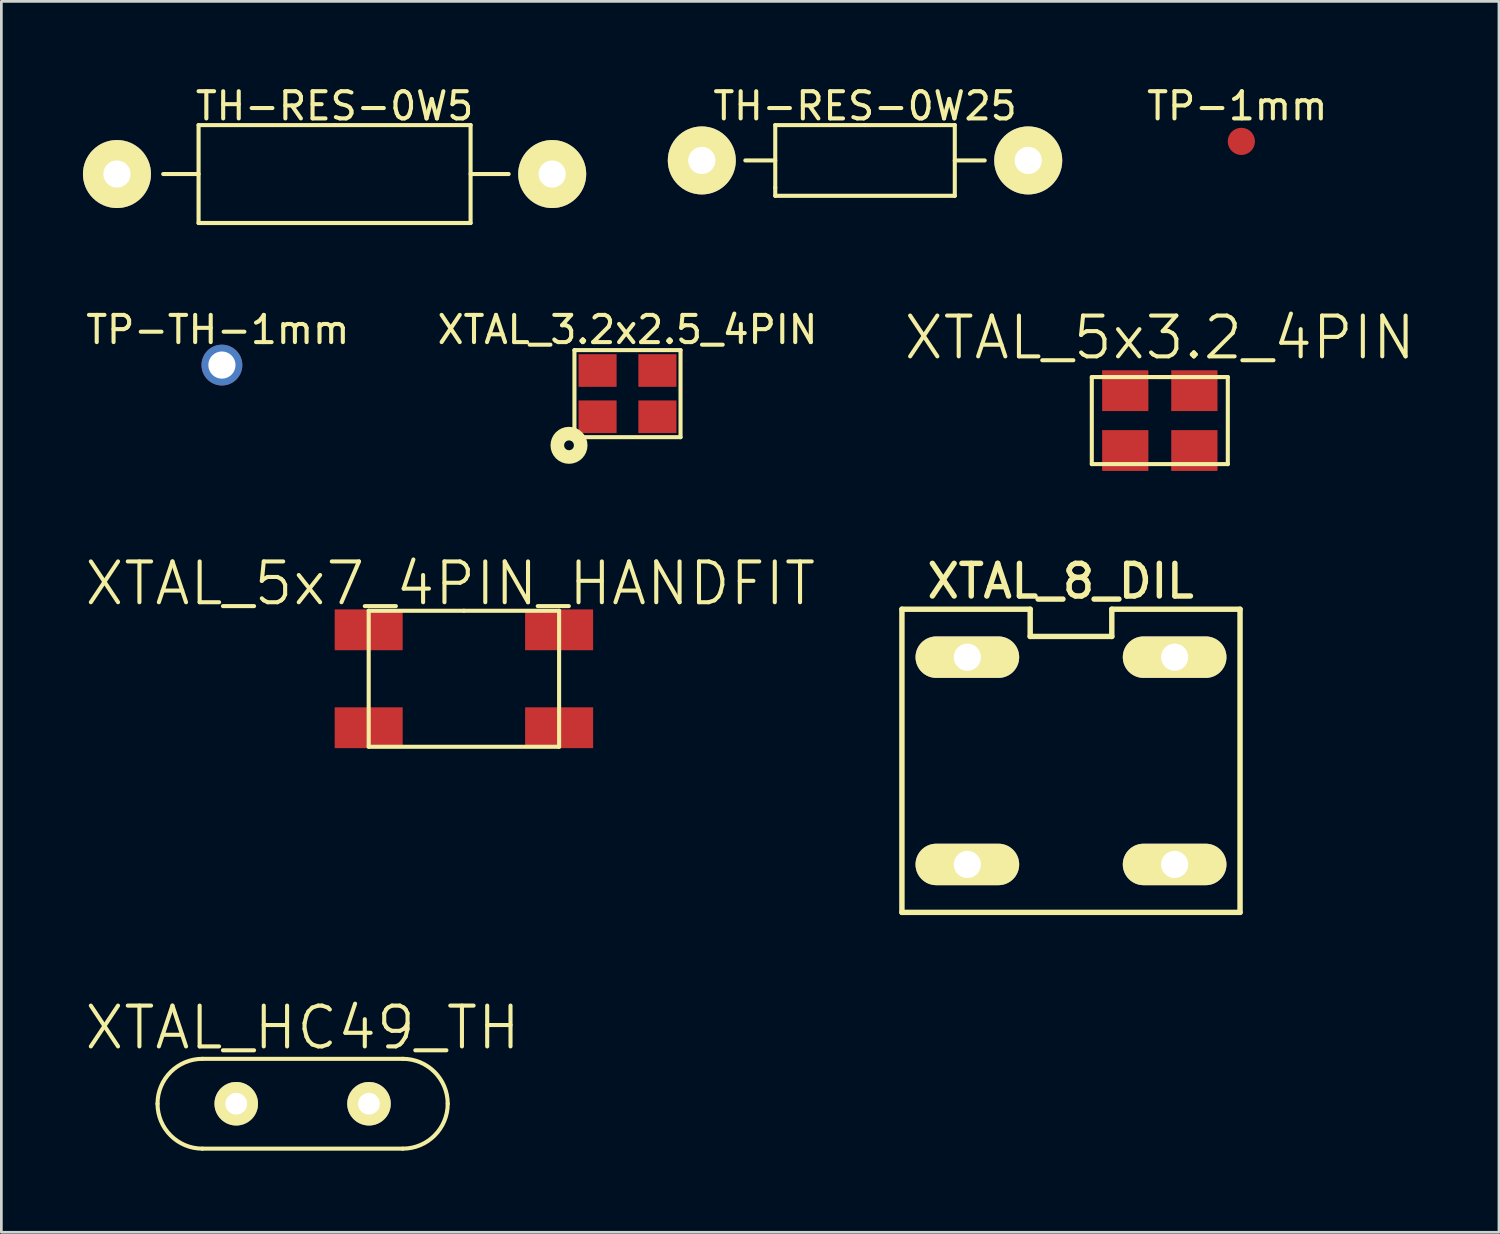
<source format=kicad_pcb>
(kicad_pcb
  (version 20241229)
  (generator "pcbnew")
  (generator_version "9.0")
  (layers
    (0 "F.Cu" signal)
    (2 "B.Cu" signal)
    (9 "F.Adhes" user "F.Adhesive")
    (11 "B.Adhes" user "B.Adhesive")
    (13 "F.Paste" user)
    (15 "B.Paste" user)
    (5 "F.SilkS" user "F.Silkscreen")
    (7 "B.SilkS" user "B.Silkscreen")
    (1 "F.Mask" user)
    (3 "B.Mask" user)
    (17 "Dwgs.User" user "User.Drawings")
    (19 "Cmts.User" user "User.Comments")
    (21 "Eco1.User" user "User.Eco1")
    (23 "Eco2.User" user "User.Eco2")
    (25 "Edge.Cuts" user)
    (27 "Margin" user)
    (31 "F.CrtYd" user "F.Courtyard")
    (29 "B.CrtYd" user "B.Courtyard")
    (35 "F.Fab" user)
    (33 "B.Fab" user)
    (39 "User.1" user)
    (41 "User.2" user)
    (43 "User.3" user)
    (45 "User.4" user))
  (footprint "XTAL_5x3.2_4PIN"
    (layer "F.Cu")
    (at 39.587 12.412)
    (property "Reference" "XTAL_5x3.2_4PIN" (at 0 -3.048 0) (layer "F.SilkS") (effects (font (size 1.5 1.5) (thickness 0.15))))
    (attr smd)
    (fp_line (start -2.5 -1.6) (end -2.5 1.6) (stroke (width 0.15) (type solid)) (layer "F.SilkS"))
    (fp_line (start -2.5 1.6) (end 2.5 1.6) (stroke (width 0.15) (type solid)) (layer "F.SilkS"))
    (fp_line (start 0 -1.6) (end -2.5 -1.6) (stroke (width 0.15) (type solid)) (layer "F.SilkS"))
    (fp_line (start 2.5 -1.6) (end 0 -1.6) (stroke (width 0.15) (type solid)) (layer "F.SilkS"))
    (fp_line (start 2.5 1.6) (end 2.5 -1.6) (stroke (width 0.15) (type solid)) (layer "F.SilkS"))
    (pad "1" smd rect (at -1.27 1.1) (size 1.7 1.5) (layers "F.Cu" "F.Mask" "F.Paste"))
    (pad "2" smd rect (at 1.27 1.1) (size 1.7 1.5) (layers "F.Cu" "F.Mask" "F.Paste"))
    (pad "3" smd rect (at 1.27 -1.1) (size 1.7 1.5) (layers "F.Cu" "F.Mask" "F.Paste"))
    (pad "4" smd rect (at -1.27 -1.1) (size 1.7 1.5) (layers "F.Cu" "F.Mask" "F.Paste")))
  (footprint "XTAL_5x7_4PIN_HANDFIT"
    (layer "F.Cu")
    (at 14.004 21.903)
    (property "Reference" "XTAL_5x7_4PIN_HANDFIT" (at -0.5 -3.5 0) (layer "F.SilkS") (effects (font (size 1.5 1.5) (thickness 0.15))))
    (attr smd)
    (fp_line (start -3.5 -2.5) (end 0 -2.5) (stroke (width 0.15) (type solid)) (layer "F.SilkS"))
    (fp_line (start -3.5 2.5) (end -3.5 -2.5) (stroke (width 0.15) (type solid)) (layer "F.SilkS"))
    (fp_line (start 0 -2.5) (end 3.5 -2.5) (stroke (width 0.15) (type solid)) (layer "F.SilkS"))
    (fp_line (start 3.5 -2.5) (end 3.5 2.5) (stroke (width 0.15) (type solid)) (layer "F.SilkS"))
    (fp_line (start 3.5 2.5) (end -3.5 2.5) (stroke (width 0.15) (type solid)) (layer "F.SilkS"))
    (pad "1" smd rect (at -3.5 1.8) (size 2.5 1.5) (layers "F.Cu" "F.Mask" "F.Paste"))
    (pad "2" smd rect (at 3.5 1.8) (size 2.5 1.5) (layers "F.Cu" "F.Mask" "F.Paste"))
    (pad "3" smd rect (at 3.5 -1.8) (size 2.5 1.5) (layers "F.Cu" "F.Mask" "F.Paste"))
    (pad "4" smd rect (at -3.5 -1.8) (size 2.5 1.5) (layers "F.Cu" "F.Mask" "F.Paste")))
  (footprint "XTAL_8_DIL"
    (layer "F.Cu")
    (at 36.322 24.919)
    (property "Reference" "XTAL_8_DIL" (at -0.381 -6.604 0) (layer "F.SilkS") (effects (font (size 1.2 1.2) (thickness 0.2))))
    (attr through_hole)
    (fp_line (start -6.215 -5.572) (end -6.215 5.572) (stroke (width 0.2) (type solid)) (layer "F.SilkS"))
    (fp_line (start -6.215 5.572) (end 6.215 5.572) (stroke (width 0.2) (type solid)) (layer "F.SilkS"))
    (fp_line (start -1.5 -5.572) (end -6.215 -5.572) (stroke (width 0.2) (type solid)) (layer "F.SilkS"))
    (fp_line (start -1.5 -4.572) (end -1.5 -5.572) (stroke (width 0.2) (type solid)) (layer "F.SilkS"))
    (fp_line (start 1.5 -5.572) (end 1.5 -4.572) (stroke (width 0.2) (type solid)) (layer "F.SilkS"))
    (fp_line (start 1.5 -4.572) (end -1.5 -4.572) (stroke (width 0.2) (type solid)) (layer "F.SilkS"))
    (fp_line (start 6.215 -5.572) (end 1.5 -5.572) (stroke (width 0.2) (type solid)) (layer "F.SilkS"))
    (fp_line (start 6.215 5.572) (end 6.215 -5.572) (stroke (width 0.2) (type solid)) (layer "F.SilkS"))
    (pad "1" thru_hole oval (at -3.81 -3.81) (size 3.81 1.524) (drill 1) (layers "*.Cu" "*.Mask" "F.SilkS"))
    (pad "2" thru_hole oval (at -3.81 3.81) (size 3.81 1.524) (drill 1) (layers "*.Cu" "*.Mask" "F.SilkS"))
    (pad "3" thru_hole oval (at 3.81 3.81) (size 3.81 1.524) (drill 1) (layers "*.Cu" "*.Mask" "F.SilkS"))
    (pad "4" thru_hole oval (at 3.81 -3.81) (size 3.81 1.524) (drill 1) (layers "*.Cu" "*.Mask" "F.SilkS")))
  (footprint "XTAL_3.2x2.5_4PIN"
    (layer "F.Cu")
    (at 20.018 11.421)
    (property "Reference" "XTAL_3.2x2.5_4PIN" (at 0 -2.35 0) (layer "F.SilkS") (effects (font (size 1 1) (thickness 0.15))))
    (attr smd)
    (fp_line (start -1.95 -1.6) (end -1.95 1.6) (stroke (width 0.15) (type solid)) (layer "F.SilkS"))
    (fp_line (start -1.95 1.6) (end 1.95 1.6) (stroke (width 0.15) (type solid)) (layer "F.SilkS"))
    (fp_line (start 1.95 -1.6) (end -1.95 -1.6) (stroke (width 0.15) (type solid)) (layer "F.SilkS"))
    (fp_line (start 1.95 1.6) (end 1.95 -1.6) (stroke (width 0.15) (type solid)) (layer "F.SilkS"))
    (fp_circle (center -2.15 1.9) (end -1.97 1.9) (stroke (width 0.5) (type solid)) (fill no) (layer "F.SilkS"))
    (pad "1" smd rect (at -1.1 0.85) (size 1.4 1.2) (layers "F.Cu" "F.Mask" "F.Paste"))
    (pad "2" smd rect (at 1.1 0.85) (size 1.4 1.2) (layers "F.Cu" "F.Mask" "F.Paste"))
    (pad "3" smd rect (at 1.1 -0.85) (size 1.4 1.2) (layers "F.Cu" "F.Mask" "F.Paste"))
    (pad "4" smd rect (at -1.1 -0.85) (size 1.4 1.2) (layers "F.Cu" "F.Mask" "F.Paste")))
  (footprint "TH-RES-0W25"
    (layer "F.Cu")
    (at 28.75 2.848)
    (property "Reference" "TH-RES-0W25" (at 0 -2 0) (layer "F.SilkS") (effects (font (size 1 1) (thickness 0.15))))
    (attr through_hole)
    (fp_line (start -3.3 -1.3) (end -3.3 1) (stroke (width 0.15) (type solid)) (layer "F.SilkS"))
    (fp_line (start -3.3 0) (end -4.4 0) (stroke (width 0.15) (type solid)) (layer "F.SilkS"))
    (fp_line (start -3.3 1) (end -3.3 1.3) (stroke (width 0.15) (type solid)) (layer "F.SilkS"))
    (fp_line (start -3.3 1.3) (end 3.3 1.3) (stroke (width 0.15) (type solid)) (layer "F.SilkS"))
    (fp_line (start 0 -1.3) (end -3.3 -1.3) (stroke (width 0.15) (type solid)) (layer "F.SilkS"))
    (fp_line (start 3.3 -1.3) (end 0 -1.3) (stroke (width 0.15) (type solid)) (layer "F.SilkS"))
    (fp_line (start 3.3 0) (end 4.4 0) (stroke (width 0.15) (type solid)) (layer "F.SilkS"))
    (fp_line (start 3.3 1.3) (end 3.3 -1.3) (stroke (width 0.15) (type solid)) (layer "F.SilkS"))
    (pad "1" thru_hole circle (at -6 0) (size 2.5 2.5) (drill 1) (layers "*.Cu" "*.Mask" "F.SilkS"))
    (pad "2" thru_hole circle (at 6 0) (size 2.5 2.5) (drill 1) (layers "*.Cu" "*.Mask" "F.SilkS")))
  (footprint "TP-1mm"
    (layer "F.Cu")
    (at 42.585 2.148)
    (property "Reference" "TP-1mm" (at -0.15 -1.3 0) (layer "F.SilkS") (effects (font (size 1 1) (thickness 0.15))))
    (attr through_hole)
    (pad "1" smd circle (at 0 0) (size 1 1) (layers "F.Cu" "F.Mask" "F.Paste")))
  (footprint "TP-TH-1mm"
    (layer "F.Cu")
    (at 5.108 10.371)
    (property "Reference" "TP-TH-1mm" (at -0.15 -1.3 0) (layer "F.SilkS") (effects (font (size 1 1) (thickness 0.15))))
    (attr through_hole)
    (pad "1" thru_hole circle (at 0 0) (size 1.5 1.5) (drill 1) (layers "*.Cu" "*.Mask" "F.Paste")))
  (footprint "TH-RES-0W5"
    (layer "F.Cu")
    (at 9.25 3.348)
    (property "Reference" "TH-RES-0W5" (at 0 -2.5 0) (layer "F.SilkS") (effects (font (size 1 1) (thickness 0.15))))
    (attr through_hole)
    (fp_line (start -5 -1.8) (end 0 -1.8) (stroke (width 0.15) (type solid)) (layer "F.SilkS"))
    (fp_line (start -5 0) (end -6.3 0) (stroke (width 0.15) (type solid)) (layer "F.SilkS"))
    (fp_line (start -5 1.8) (end -5 -1.8) (stroke (width 0.15) (type solid)) (layer "F.SilkS"))
    (fp_line (start 0 -1.8) (end 5 -1.8) (stroke (width 0.15) (type solid)) (layer "F.SilkS"))
    (fp_line (start 5 -1.8) (end 5 1.8) (stroke (width 0.15) (type solid)) (layer "F.SilkS"))
    (fp_line (start 5 0) (end 6.4 0) (stroke (width 0.15) (type solid)) (layer "F.SilkS"))
    (fp_line (start 5 1.8) (end -5 1.8) (stroke (width 0.15) (type solid)) (layer "F.SilkS"))
    (pad "1" thru_hole circle (at -8 0) (size 2.5 2.5) (drill 1) (layers "*.Cu" "*.Mask" "F.SilkS"))
    (pad "2" thru_hole circle (at 8 0) (size 2.5 2.5) (drill 1) (layers "*.Cu" "*.Mask" "F.SilkS")))
  (footprint "XTAL_HC49_TH"
    (layer "F.Cu")
    (at 8.075 37.526)
    (property "Reference" "XTAL_HC49_TH" (at 0 -2.794 0) (layer "F.SilkS") (effects (font (size 1.5 1.5) (thickness 0.15))))
    (attr through_hole)
    (fp_line (start -3.683 -1.651) (end 3.683 -1.651) (stroke (width 0.15) (type solid)) (layer "F.SilkS"))
    (fp_line (start 3.683 1.651) (end -3.683 1.651) (stroke (width 0.15) (type solid)) (layer "F.SilkS"))
    (fp_arc (start -5.334 0) (mid -4.850433 -1.167433) (end -3.683 -1.651) (stroke (width 0.15) (type solid)) (layer "F.SilkS"))
    (fp_arc (start -3.683 1.651) (mid -4.850433 1.167433) (end -5.334 0) (stroke (width 0.15) (type solid)) (layer "F.SilkS"))
    (fp_arc (start 3.683 -1.651) (mid 4.850433 -1.167433) (end 5.334 0) (stroke (width 0.15) (type solid)) (layer "F.SilkS"))
    (fp_arc (start 5.334 0) (mid 4.850433 1.167433) (end 3.683 1.651) (stroke (width 0.15) (type solid)) (layer "F.SilkS"))
    (pad "1" thru_hole circle (at -2.44 0) (size 1.6 1.6) (drill 0.8) (layers "*.Cu" "*.Mask" "F.SilkS"))
    (pad "2" thru_hole circle (at 2.44 0) (size 1.6 1.6) (drill 0.8) (layers "*.Cu" "*.Mask" "F.SilkS")))
  (gr_rect
    (start -3 -3)
    (end 52.055 42.252)
    (stroke (width 0.1) (type default))
    (fill no)
    (layer "Edge.Cuts")))
</source>
